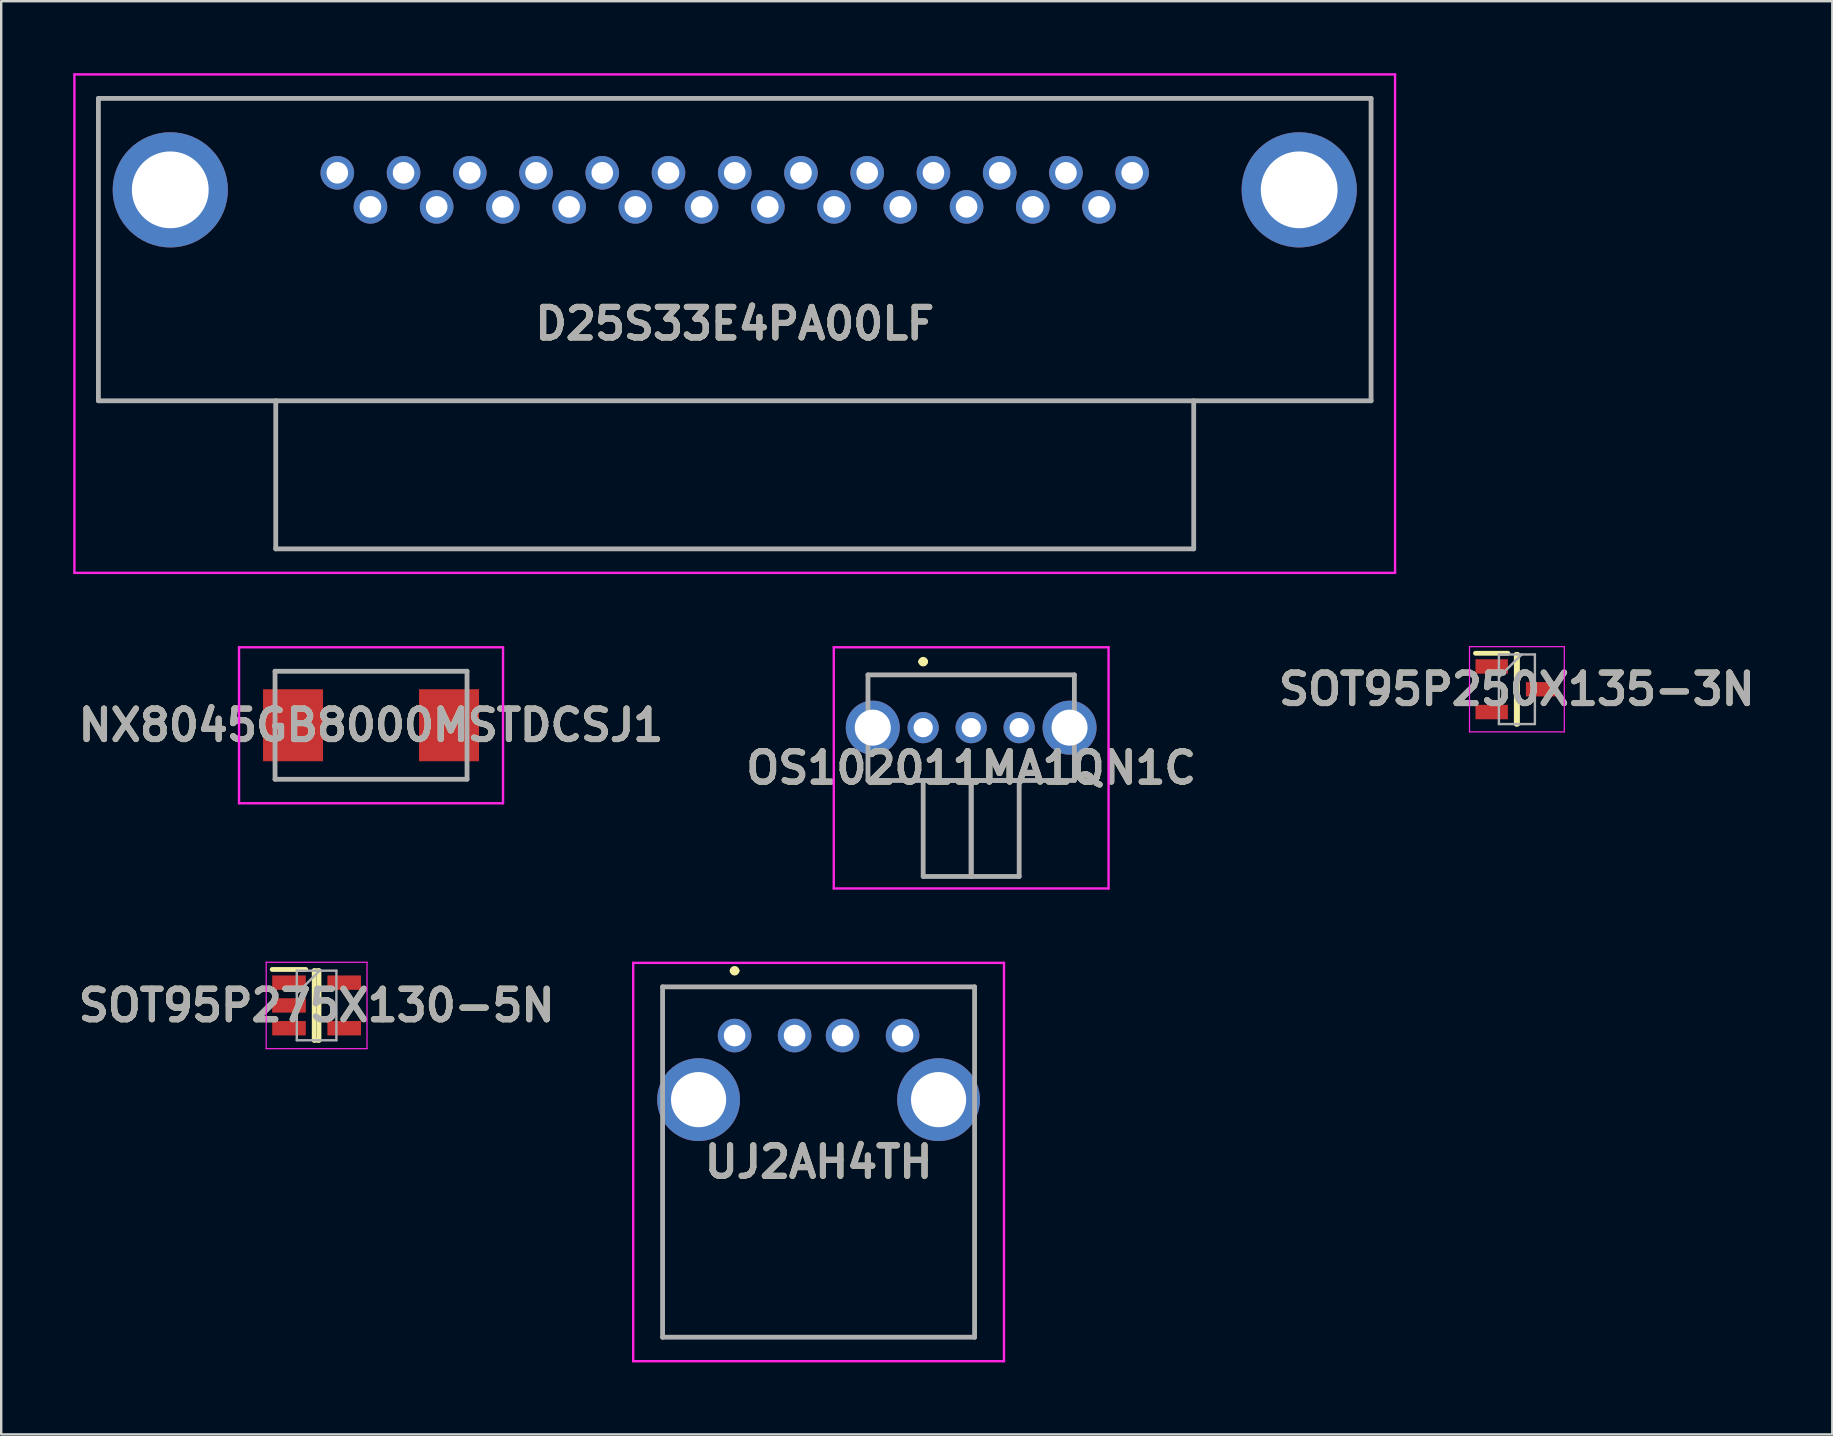
<source format=kicad_pcb>
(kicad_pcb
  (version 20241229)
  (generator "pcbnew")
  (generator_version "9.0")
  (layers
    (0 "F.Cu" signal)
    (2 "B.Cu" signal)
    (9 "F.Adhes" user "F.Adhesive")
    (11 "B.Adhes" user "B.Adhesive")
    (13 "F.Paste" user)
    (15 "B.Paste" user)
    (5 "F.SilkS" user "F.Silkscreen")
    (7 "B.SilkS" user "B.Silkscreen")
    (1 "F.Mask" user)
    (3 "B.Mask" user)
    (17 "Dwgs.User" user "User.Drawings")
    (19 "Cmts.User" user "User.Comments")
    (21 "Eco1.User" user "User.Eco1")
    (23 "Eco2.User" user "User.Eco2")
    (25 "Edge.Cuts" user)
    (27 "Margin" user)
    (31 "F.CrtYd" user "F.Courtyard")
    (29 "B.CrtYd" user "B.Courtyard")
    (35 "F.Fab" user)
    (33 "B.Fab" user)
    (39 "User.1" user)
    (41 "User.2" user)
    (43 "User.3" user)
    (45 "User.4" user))
  (footprint "SOT95P275X130-5N"
    (layer "F.Cu")
    (at 10.142 38.845)
    (property "Reference" "SOT95P275X130-5N" (at 0 0 0) (layer "F.SilkS") (effects (font (size 1.27 1.27) (thickness 0.254))))
    (attr smd)
    (fp_line (start -1.85 -1.5) (end -0.45 -1.5) (stroke (width 0.2) (type solid)) (layer "F.SilkS"))
    (fp_line (start -0.1 -1.45) (end 0.1 -1.45) (stroke (width 0.2) (type solid)) (layer "F.SilkS"))
    (fp_line (start -0.1 1.45) (end -0.1 -1.45) (stroke (width 0.2) (type solid)) (layer "F.SilkS"))
    (fp_line (start 0.1 -1.45) (end 0.1 1.45) (stroke (width 0.2) (type solid)) (layer "F.SilkS"))
    (fp_line (start 0.1 1.45) (end -0.1 1.45) (stroke (width 0.2) (type solid)) (layer "F.SilkS"))
    (fp_line (start -2.1 -1.8) (end 2.1 -1.8) (stroke (width 0.05) (type solid)) (layer "F.CrtYd"))
    (fp_line (start -2.1 1.8) (end -2.1 -1.8) (stroke (width 0.05) (type solid)) (layer "F.CrtYd"))
    (fp_line (start 2.1 -1.8) (end 2.1 1.8) (stroke (width 0.05) (type solid)) (layer "F.CrtYd"))
    (fp_line (start 2.1 1.8) (end -2.1 1.8) (stroke (width 0.05) (type solid)) (layer "F.CrtYd"))
    (fp_line (start -0.825 -1.45) (end 0.825 -1.45) (stroke (width 0.1) (type solid)) (layer "F.Fab"))
    (fp_line (start -0.825 -0.5) (end 0.125 -1.45) (stroke (width 0.1) (type solid)) (layer "F.Fab"))
    (fp_line (start -0.825 1.45) (end -0.825 -1.45) (stroke (width 0.1) (type solid)) (layer "F.Fab"))
    (fp_line (start 0.825 -1.45) (end 0.825 1.45) (stroke (width 0.1) (type solid)) (layer "F.Fab"))
    (fp_line (start 0.825 1.45) (end -0.825 1.45) (stroke (width 0.1) (type solid)) (layer "F.Fab"))
    (fp_text user "${REFERENCE}" (at 0 0 0) (layer "F.Fab") (effects (font (size 1.27 1.27) (thickness 0.254))))
    (pad "1" smd rect (at -1.15 -0.95 90) (size 0.6 1.4) (layers "F.Cu" "F.Mask" "F.Paste"))
    (pad "2" smd rect (at -1.15 0 90) (size 0.6 1.4) (layers "F.Cu" "F.Mask" "F.Paste"))
    (pad "3" smd rect (at -1.15 0.95 90) (size 0.6 1.4) (layers "F.Cu" "F.Mask" "F.Paste"))
    (pad "4" smd rect (at 1.15 0.95 90) (size 0.6 1.4) (layers "F.Cu" "F.Mask" "F.Paste"))
    (pad "5" smd rect (at 1.15 -0.95 90) (size 0.6 1.4) (layers "F.Cu" "F.Mask" "F.Paste")))
  (footprint "SOT95P250X135-3N"
    (layer "F.Cu")
    (at 60.156 25.67)
    (property "Reference" "SOT95P250X135-3N" (at 0 0 0) (layer "F.SilkS") (effects (font (size 1.27 1.27) (thickness 0.254))))
    (attr smd)
    (fp_line (start -1.725 -1.5) (end -0.375 -1.5) (stroke (width 0.2) (type solid)) (layer "F.SilkS"))
    (fp_line (start -0.025 -1.45) (end 0.025 -1.45) (stroke (width 0.2) (type solid)) (layer "F.SilkS"))
    (fp_line (start -0.025 1.45) (end -0.025 -1.45) (stroke (width 0.2) (type solid)) (layer "F.SilkS"))
    (fp_line (start 0.025 -1.45) (end 0.025 1.45) (stroke (width 0.2) (type solid)) (layer "F.SilkS"))
    (fp_line (start 0.025 1.45) (end -0.025 1.45) (stroke (width 0.2) (type solid)) (layer "F.SilkS"))
    (fp_line (start -1.975 -1.775) (end 1.975 -1.775) (stroke (width 0.05) (type solid)) (layer "F.CrtYd"))
    (fp_line (start -1.975 1.775) (end -1.975 -1.775) (stroke (width 0.05) (type solid)) (layer "F.CrtYd"))
    (fp_line (start 1.975 -1.775) (end 1.975 1.775) (stroke (width 0.05) (type solid)) (layer "F.CrtYd"))
    (fp_line (start 1.975 1.775) (end -1.975 1.775) (stroke (width 0.05) (type solid)) (layer "F.CrtYd"))
    (fp_line (start -0.75 -1.45) (end 0.75 -1.45) (stroke (width 0.1) (type solid)) (layer "F.Fab"))
    (fp_line (start -0.75 -0.5) (end 0.2 -1.45) (stroke (width 0.1) (type solid)) (layer "F.Fab"))
    (fp_line (start -0.75 1.45) (end -0.75 -1.45) (stroke (width 0.1) (type solid)) (layer "F.Fab"))
    (fp_line (start 0.75 -1.45) (end 0.75 1.45) (stroke (width 0.1) (type solid)) (layer "F.Fab"))
    (fp_line (start 0.75 1.45) (end -0.75 1.45) (stroke (width 0.1) (type solid)) (layer "F.Fab"))
    (fp_text user "${REFERENCE}" (at 0 0 0) (layer "F.Fab") (effects (font (size 1.27 1.27) (thickness 0.254))))
    (pad "1" smd rect (at -1.05 -0.95 90) (size 0.6 1.35) (layers "F.Cu" "F.Mask" "F.Paste"))
    (pad "2" smd rect (at -1.05 0.95 90) (size 0.6 1.35) (layers "F.Cu" "F.Mask" "F.Paste"))
    (pad "3" smd rect (at 1.05 0 90) (size 0.6 1.35) (layers "F.Cu" "F.Mask" "F.Paste")))
  (footprint "UJ2AH4TH"
    (layer "F.Cu")
    (at 27.559 40.1)
    (property "Reference" "UJ2AH4TH" (at 3.5 5.27 0) (layer "F.SilkS") (effects (font (size 1.27 1.27) (thickness 0.254))))
    (attr through_hole)
    (fp_line (start -3 -2.03) (end 10 -2.03) (stroke (width 0.1) (type solid)) (layer "F.SilkS"))
    (fp_line (start -3 0.67) (end -3 -2.03) (stroke (width 0.1) (type solid)) (layer "F.SilkS"))
    (fp_line (start -3 4.67) (end -3 12.57) (stroke (width 0.1) (type solid)) (layer "F.SilkS"))
    (fp_line (start -3 12.57) (end 10 12.57) (stroke (width 0.1) (type solid)) (layer "F.SilkS"))
    (fp_line (start -0.1 -2.7) (end -0.1 -2.7) (stroke (width 0.2) (type solid)) (layer "F.SilkS"))
    (fp_line (start 0.1 -2.7) (end 0.1 -2.7) (stroke (width 0.2) (type solid)) (layer "F.SilkS"))
    (fp_line (start 10 -2.03) (end 10 0.67) (stroke (width 0.1) (type solid)) (layer "F.SilkS"))
    (fp_line (start 10 12.57) (end 10 4.67) (stroke (width 0.1) (type solid)) (layer "F.SilkS"))
    (fp_arc (start -0.1 -2.7) (mid 0 -2.8) (end 0.1 -2.7) (stroke (width 0.2) (type solid)) (layer "F.SilkS"))
    (fp_arc (start 0.1 -2.7) (mid 0 -2.6) (end -0.1 -2.7) (stroke (width 0.2) (type solid)) (layer "F.SilkS"))
    (fp_line (start -4.225 -3.03) (end 11.225 -3.03) (stroke (width 0.1) (type solid)) (layer "F.CrtYd"))
    (fp_line (start -4.225 13.57) (end -4.225 -3.03) (stroke (width 0.1) (type solid)) (layer "F.CrtYd"))
    (fp_line (start 11.225 -3.03) (end 11.225 13.57) (stroke (width 0.1) (type solid)) (layer "F.CrtYd"))
    (fp_line (start 11.225 13.57) (end -4.225 13.57) (stroke (width 0.1) (type solid)) (layer "F.CrtYd"))
    (fp_line (start -3 -2.03) (end 10 -2.03) (stroke (width 0.2) (type solid)) (layer "F.Fab"))
    (fp_line (start -3 12.57) (end -3 -2.03) (stroke (width 0.2) (type solid)) (layer "F.Fab"))
    (fp_line (start 10 -2.03) (end 10 12.57) (stroke (width 0.2) (type solid)) (layer "F.Fab"))
    (fp_line (start 10 12.57) (end -3 12.57) (stroke (width 0.2) (type solid)) (layer "F.Fab"))
    (fp_text user "${REFERENCE}" (at 3.5 5.27 0) (layer "F.Fab") (effects (font (size 1.27 1.27) (thickness 0.254))))
    (pad "1" thru_hole circle (at 0 0) (size 1.4 1.4) (drill 0.9) (layers "*.Cu" "*.Mask"))
    (pad "2" thru_hole circle (at 2.5 0) (size 1.4 1.4) (drill 0.9) (layers "*.Cu" "*.Mask"))
    (pad "3" thru_hole circle (at 4.5 0) (size 1.4 1.4) (drill 0.9) (layers "*.Cu" "*.Mask"))
    (pad "4" thru_hole circle (at 7 0) (size 1.4 1.4) (drill 0.9) (layers "*.Cu" "*.Mask"))
    (pad "MH1" thru_hole circle (at -1.5 2.67) (size 3.45 3.45) (drill 2.3) (layers "*.Cu" "*.Mask"))
    (pad "MH2" thru_hole circle (at 8.5 2.67) (size 3.45 3.45) (drill 2.3) (layers "*.Cu" "*.Mask")))
  (footprint "D25S33E4PA00LF"
    (layer "F.Cu")
    (at 11.005 4.15)
    (property "Reference" "D25S33E4PA00LF" (at 16.56 6.285 0) (layer "F.SilkS") (effects (font (size 1.27 1.27) (thickness 0.254))))
    (attr through_hole)
    (fp_line (start -9.955 -3.1) (end 43.075 -3.1) (stroke (width 0.1) (type solid)) (layer "F.SilkS"))
    (fp_line (start -9.955 9.5) (end -9.955 -3.1) (stroke (width 0.1) (type solid)) (layer "F.SilkS"))
    (fp_line (start 43.075 -3.1) (end 43.075 9.5) (stroke (width 0.1) (type solid)) (layer "F.SilkS"))
    (fp_line (start 43.075 9.5) (end -9.955 9.5) (stroke (width 0.1) (type solid)) (layer "F.SilkS"))
    (fp_line (start -10.955 -4.1) (end 44.075 -4.1) (stroke (width 0.1) (type solid)) (layer "F.CrtYd"))
    (fp_line (start -10.955 16.67) (end -10.955 -4.1) (stroke (width 0.1) (type solid)) (layer "F.CrtYd"))
    (fp_line (start 44.075 -4.1) (end 44.075 16.67) (stroke (width 0.1) (type solid)) (layer "F.CrtYd"))
    (fp_line (start 44.075 16.67) (end -10.955 16.67) (stroke (width 0.1) (type solid)) (layer "F.CrtYd"))
    (fp_line (start -9.955 -3.1) (end 43.075 -3.1) (stroke (width 0.2) (type solid)) (layer "F.Fab"))
    (fp_line (start -9.955 9.5) (end -9.955 -3.1) (stroke (width 0.2) (type solid)) (layer "F.Fab"))
    (fp_line (start -2.565 9.5) (end -2.565 15.67) (stroke (width 0.2) (type solid)) (layer "F.Fab"))
    (fp_line (start -2.565 15.67) (end 35.685 15.67) (stroke (width 0.2) (type solid)) (layer "F.Fab"))
    (fp_line (start 35.685 15.67) (end 35.685 9.5) (stroke (width 0.2) (type solid)) (layer "F.Fab"))
    (fp_line (start 43.075 -3.1) (end 43.075 9.5) (stroke (width 0.2) (type solid)) (layer "F.Fab"))
    (fp_line (start 43.075 9.5) (end -9.955 9.5) (stroke (width 0.2) (type solid)) (layer "F.Fab"))
    (fp_text user "${REFERENCE}" (at 16.56 6.285 0) (layer "F.Fab") (effects (font (size 1.27 1.27) (thickness 0.254))))
    (pad "1" thru_hole circle (at 0 0) (size 1.4 1.4) (drill 0.9) (layers "*.Cu" "*.Mask"))
    (pad "2" thru_hole circle (at 1.38 1.42) (size 1.4 1.4) (drill 0.9) (layers "*.Cu" "*.Mask"))
    (pad "3" thru_hole circle (at 2.76 0) (size 1.4 1.4) (drill 0.9) (layers "*.Cu" "*.Mask"))
    (pad "4" thru_hole circle (at 4.14 1.42) (size 1.4 1.4) (drill 0.9) (layers "*.Cu" "*.Mask"))
    (pad "5" thru_hole circle (at 5.52 0) (size 1.4 1.4) (drill 0.9) (layers "*.Cu" "*.Mask"))
    (pad "6" thru_hole circle (at 6.9 1.42) (size 1.4 1.4) (drill 0.9) (layers "*.Cu" "*.Mask"))
    (pad "7" thru_hole circle (at 8.28 0) (size 1.4 1.4) (drill 0.9) (layers "*.Cu" "*.Mask"))
    (pad "8" thru_hole circle (at 9.66 1.42) (size 1.4 1.4) (drill 0.9) (layers "*.Cu" "*.Mask"))
    (pad "9" thru_hole circle (at 11.04 0) (size 1.4 1.4) (drill 0.9) (layers "*.Cu" "*.Mask"))
    (pad "10" thru_hole circle (at 12.42 1.42) (size 1.4 1.4) (drill 0.9) (layers "*.Cu" "*.Mask"))
    (pad "11" thru_hole circle (at 13.8 0) (size 1.4 1.4) (drill 0.9) (layers "*.Cu" "*.Mask"))
    (pad "12" thru_hole circle (at 15.18 1.42) (size 1.4 1.4) (drill 0.9) (layers "*.Cu" "*.Mask"))
    (pad "13" thru_hole circle (at 16.56 0) (size 1.4 1.4) (drill 0.9) (layers "*.Cu" "*.Mask"))
    (pad "14" thru_hole circle (at 17.94 1.42) (size 1.4 1.4) (drill 0.9) (layers "*.Cu" "*.Mask"))
    (pad "15" thru_hole circle (at 19.32 0) (size 1.4 1.4) (drill 0.9) (layers "*.Cu" "*.Mask"))
    (pad "16" thru_hole circle (at 20.7 1.42) (size 1.4 1.4) (drill 0.9) (layers "*.Cu" "*.Mask"))
    (pad "17" thru_hole circle (at 22.08 0) (size 1.4 1.4) (drill 0.9) (layers "*.Cu" "*.Mask"))
    (pad "18" thru_hole circle (at 23.46 1.42) (size 1.4 1.4) (drill 0.9) (layers "*.Cu" "*.Mask"))
    (pad "19" thru_hole circle (at 24.84 0) (size 1.4 1.4) (drill 0.9) (layers "*.Cu" "*.Mask"))
    (pad "20" thru_hole circle (at 26.22 1.42) (size 1.4 1.4) (drill 0.9) (layers "*.Cu" "*.Mask"))
    (pad "21" thru_hole circle (at 27.6 0) (size 1.4 1.4) (drill 0.9) (layers "*.Cu" "*.Mask"))
    (pad "22" thru_hole circle (at 28.98 1.42) (size 1.4 1.4) (drill 0.9) (layers "*.Cu" "*.Mask"))
    (pad "23" thru_hole circle (at 30.36 0) (size 1.4 1.4) (drill 0.9) (layers "*.Cu" "*.Mask"))
    (pad "24" thru_hole circle (at 31.74 1.42) (size 1.4 1.4) (drill 0.9) (layers "*.Cu" "*.Mask"))
    (pad "25" thru_hole circle (at 33.12 0) (size 1.4 1.4) (drill 0.9) (layers "*.Cu" "*.Mask"))
    (pad "MH1" thru_hole circle (at -6.96 0.71) (size 4.8 4.8) (drill 3.2) (layers "*.Cu" "*.Mask"))
    (pad "MH2" thru_hole circle (at 40.08 0.71) (size 4.8 4.8) (drill 3.2) (layers "*.Cu" "*.Mask")))
  (footprint "OS102011MA1QN1C"
    (layer "F.Cu")
    (at 35.417 27.27)
    (property "Reference" "OS102011MA1QN1C" (at 2 1.675 0) (layer "F.SilkS") (effects (font (size 1.27 1.27) (thickness 0.254))))
    (attr through_hole)
    (fp_line (start -2.3 -2.2) (end 6.3 -2.2) (stroke (width 0.1) (type solid)) (layer "F.SilkS"))
    (fp_line (start -2.3 -1.5) (end -2.3 -2.2) (stroke (width 0.1) (type solid)) (layer "F.SilkS"))
    (fp_line (start -2.3 1.5) (end -2.3 2.2) (stroke (width 0.1) (type solid)) (layer "F.SilkS"))
    (fp_line (start -2.3 2.2) (end 6.3 2.2) (stroke (width 0.1) (type solid)) (layer "F.SilkS"))
    (fp_line (start -0.1 -2.75) (end -0.1 -2.75) (stroke (width 0.2) (type solid)) (layer "F.SilkS"))
    (fp_line (start 0.1 -2.75) (end 0.1 -2.75) (stroke (width 0.2) (type solid)) (layer "F.SilkS"))
    (fp_line (start 6.3 -2.2) (end 6.3 -1.5) (stroke (width 0.1) (type solid)) (layer "F.SilkS"))
    (fp_line (start 6.3 2.2) (end 6.3 1.5) (stroke (width 0.1) (type solid)) (layer "F.SilkS"))
    (fp_arc (start -0.1 -2.75) (mid 0 -2.85) (end 0.1 -2.75) (stroke (width 0.2) (type solid)) (layer "F.SilkS"))
    (fp_arc (start 0.1 -2.75) (mid 0 -2.65) (end -0.1 -2.75) (stroke (width 0.2) (type solid)) (layer "F.SilkS"))
    (fp_line (start -3.725 -3.35) (end 7.725 -3.35) (stroke (width 0.1) (type solid)) (layer "F.CrtYd"))
    (fp_line (start -3.725 6.7) (end -3.725 -3.35) (stroke (width 0.1) (type solid)) (layer "F.CrtYd"))
    (fp_line (start 7.725 -3.35) (end 7.725 6.7) (stroke (width 0.1) (type solid)) (layer "F.CrtYd"))
    (fp_line (start 7.725 6.7) (end -3.725 6.7) (stroke (width 0.1) (type solid)) (layer "F.CrtYd"))
    (fp_line (start -2.3 -2.2) (end 6.3 -2.2) (stroke (width 0.2) (type solid)) (layer "F.Fab"))
    (fp_line (start -2.3 2.2) (end -2.3 -2.2) (stroke (width 0.2) (type solid)) (layer "F.Fab"))
    (fp_line (start 0 2.2) (end 2 2.2) (stroke (width 0.2) (type solid)) (layer "F.Fab"))
    (fp_line (start 0 6.2) (end 0 2.2) (stroke (width 0.2) (type solid)) (layer "F.Fab"))
    (fp_line (start 2 2.2) (end 2 6.2) (stroke (width 0.2) (type solid)) (layer "F.Fab"))
    (fp_line (start 2 2.2) (end 2 6.2) (stroke (width 0.2) (type solid)) (layer "F.Fab"))
    (fp_line (start 2 6.2) (end 0 6.2) (stroke (width 0.2) (type solid)) (layer "F.Fab"))
    (fp_line (start 2 6.2) (end 4 6.2) (stroke (width 0.2) (type solid)) (layer "F.Fab"))
    (fp_line (start 4 2.2) (end 2 2.2) (stroke (width 0.2) (type solid)) (layer "F.Fab"))
    (fp_line (start 4 6.2) (end 4 2.2) (stroke (width 0.2) (type solid)) (layer "F.Fab"))
    (fp_line (start 6.3 -2.2) (end 6.3 2.2) (stroke (width 0.2) (type solid)) (layer "F.Fab"))
    (fp_line (start 6.3 2.2) (end -2.3 2.2) (stroke (width 0.2) (type solid)) (layer "F.Fab"))
    (fp_text user "${REFERENCE}" (at 2 1.675 0) (layer "F.Fab") (effects (font (size 1.27 1.27) (thickness 0.254))))
    (pad "1" thru_hole circle (at 0 0) (size 1.3 1.3) (drill 0.8) (layers "*.Cu" "*.Mask"))
    (pad "2" thru_hole circle (at 2 0) (size 1.3 1.3) (drill 0.8) (layers "*.Cu" "*.Mask"))
    (pad "3" thru_hole circle (at 4 0) (size 1.3 1.3) (drill 0.8) (layers "*.Cu" "*.Mask"))
    (pad "MH1" thru_hole circle (at -2.1 0) (size 2.25 2.25) (drill 1.5) (layers "*.Cu" "*.Mask"))
    (pad "MH2" thru_hole circle (at 6.1 0) (size 2.25 2.25) (drill 1.5) (layers "*.Cu" "*.Mask")))
  (footprint "NX8045GB8000MSTDCSJ1"
    (layer "F.Cu")
    (at 12.41 27.17)
    (property "Reference" "NX8045GB8000MSTDCSJ1" (at 0 0 0) (layer "F.SilkS") (effects (font (size 1.27 1.27) (thickness 0.254))))
    (attr smd)
    (fp_line (start -4 -2.25) (end 4 -2.25) (stroke (width 0.1) (type solid)) (layer "F.SilkS"))
    (fp_line (start -4 2.25) (end 4 2.25) (stroke (width 0.1) (type solid)) (layer "F.SilkS"))
    (fp_line (start -5.5 -3.25) (end 5.5 -3.25) (stroke (width 0.1) (type solid)) (layer "F.CrtYd"))
    (fp_line (start -5.5 3.25) (end -5.5 -3.25) (stroke (width 0.1) (type solid)) (layer "F.CrtYd"))
    (fp_line (start 5.5 -3.25) (end 5.5 3.25) (stroke (width 0.1) (type solid)) (layer "F.CrtYd"))
    (fp_line (start 5.5 3.25) (end -5.5 3.25) (stroke (width 0.1) (type solid)) (layer "F.CrtYd"))
    (fp_line (start -4 -2.25) (end 4 -2.25) (stroke (width 0.2) (type solid)) (layer "F.Fab"))
    (fp_line (start -4 2.25) (end -4 -2.25) (stroke (width 0.2) (type solid)) (layer "F.Fab"))
    (fp_line (start 4 -2.25) (end 4 2.25) (stroke (width 0.2) (type solid)) (layer "F.Fab"))
    (fp_line (start 4 2.25) (end -4 2.25) (stroke (width 0.2) (type solid)) (layer "F.Fab"))
    (fp_text user "${REFERENCE}" (at 0 0 0) (layer "F.Fab") (effects (font (size 1.27 1.27) (thickness 0.254))))
    (pad "1" smd rect (at -3.25 0) (size 2.5 3) (layers "F.Cu" "F.Mask" "F.Paste"))
    (pad "2" smd rect (at 3.25 0) (size 2.5 3) (layers "F.Cu" "F.Mask" "F.Paste")))
  (gr_rect
    (start -3 -3)
    (end 73.298 56.72)
    (stroke (width 0.1) (type default))
    (fill no)
    (layer "Edge.Cuts")))
</source>
